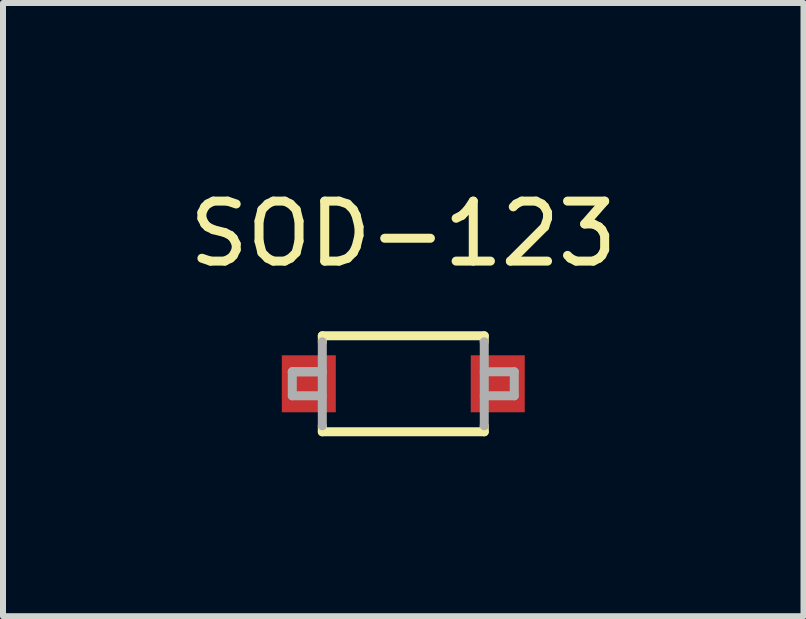
<source format=kicad_pcb>
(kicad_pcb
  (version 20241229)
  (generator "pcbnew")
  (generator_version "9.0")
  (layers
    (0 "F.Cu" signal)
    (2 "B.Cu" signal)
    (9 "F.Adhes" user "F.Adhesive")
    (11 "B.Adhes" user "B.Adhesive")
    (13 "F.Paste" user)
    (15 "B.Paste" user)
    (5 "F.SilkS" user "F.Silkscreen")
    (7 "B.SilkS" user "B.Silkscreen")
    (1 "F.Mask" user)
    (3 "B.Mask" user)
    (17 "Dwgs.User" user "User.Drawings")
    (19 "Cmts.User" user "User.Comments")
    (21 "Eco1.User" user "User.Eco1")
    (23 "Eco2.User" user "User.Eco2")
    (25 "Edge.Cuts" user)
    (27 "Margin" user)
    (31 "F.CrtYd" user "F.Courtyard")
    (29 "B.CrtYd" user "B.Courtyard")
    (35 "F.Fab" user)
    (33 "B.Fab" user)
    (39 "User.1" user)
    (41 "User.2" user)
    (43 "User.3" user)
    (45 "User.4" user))
  (footprint "SOD-123"
    (layer "F.Cu")
    (at 3.673 3.348)
    (property "Reference" "SOD-123" (at 0 -2.5 0) (layer "F.SilkS") (effects (font (size 1 1) (thickness 0.15))))
    (attr through_hole)
    (fp_line (start -1.35 -0.8) (end -1.35 -0.7) (stroke (width 0.15) (type solid)) (layer "F.SilkS"))
    (fp_line (start -1.35 -0.8) (end 1.35 -0.8) (stroke (width 0.15) (type solid)) (layer "F.SilkS"))
    (fp_line (start -1.35 0.8) (end -1.35 0.7) (stroke (width 0.15) (type solid)) (layer "F.SilkS"))
    (fp_line (start -1.35 0.8) (end 1.35 0.8) (stroke (width 0.15) (type solid)) (layer "F.SilkS"))
    (fp_line (start 1.35 -0.8) (end 1.35 -0.7) (stroke (width 0.15) (type solid)) (layer "F.SilkS"))
    (fp_line (start 1.35 0.8) (end 1.35 0.7) (stroke (width 0.15) (type solid)) (layer "F.SilkS"))
    (fp_line (start -1.85 -0.2) (end -1.85 0.2) (stroke (width 0.15) (type solid)) (layer "F.Fab"))
    (fp_line (start -1.85 0.2) (end -1.35 0.2) (stroke (width 0.15) (type solid)) (layer "F.Fab"))
    (fp_line (start -1.35 -0.7) (end -1.35 0.7) (stroke (width 0.15) (type solid)) (layer "F.Fab"))
    (fp_line (start -1.35 -0.2) (end -1.85 -0.2) (stroke (width 0.15) (type solid)) (layer "F.Fab"))
    (fp_line (start -1.35 -0.2) (end -1.85 -0.2) (stroke (width 0.15) (type solid)) (layer "F.Fab"))
    (fp_line (start 1.35 -0.2) (end 1.85 -0.2) (stroke (width 0.15) (type solid)) (layer "F.Fab"))
    (fp_line (start 1.35 0.7) (end 1.35 -0.7) (stroke (width 0.15) (type solid)) (layer "F.Fab"))
    (fp_line (start 1.85 -0.2) (end 1.85 0.2) (stroke (width 0.15) (type solid)) (layer "F.Fab"))
    (fp_line (start 1.85 0.2) (end 1.35 0.2) (stroke (width 0.15) (type solid)) (layer "F.Fab"))
    (pad "1" smd rect (at -1.575 0) (size 0.9 0.95) (layers "F.Cu" "F.Mask" "F.Paste"))
    (pad "2" smd rect (at 1.575 0) (size 0.9 0.95) (layers "F.Cu" "F.Mask" "F.Paste")))
  (gr_rect
    (start -3 -3)
    (end 10.345 7.223)
    (stroke (width 0.1) (type default))
    (fill no)
    (layer "Edge.Cuts")))
</source>
